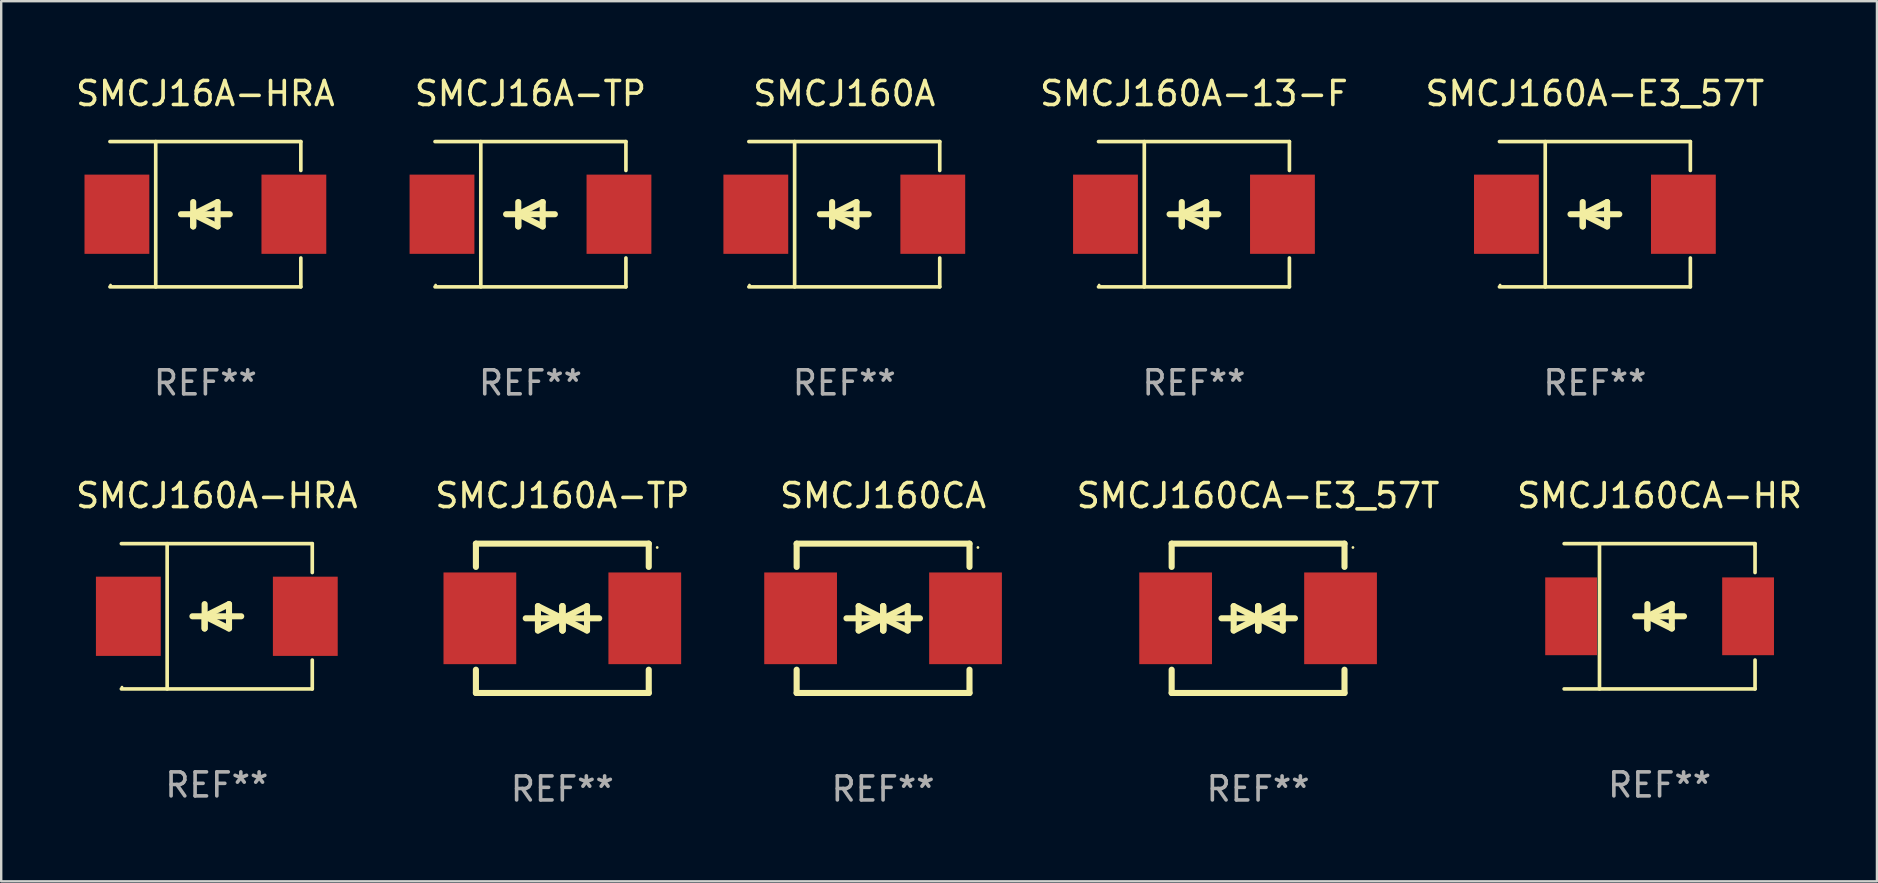
<source format=kicad_pcb>
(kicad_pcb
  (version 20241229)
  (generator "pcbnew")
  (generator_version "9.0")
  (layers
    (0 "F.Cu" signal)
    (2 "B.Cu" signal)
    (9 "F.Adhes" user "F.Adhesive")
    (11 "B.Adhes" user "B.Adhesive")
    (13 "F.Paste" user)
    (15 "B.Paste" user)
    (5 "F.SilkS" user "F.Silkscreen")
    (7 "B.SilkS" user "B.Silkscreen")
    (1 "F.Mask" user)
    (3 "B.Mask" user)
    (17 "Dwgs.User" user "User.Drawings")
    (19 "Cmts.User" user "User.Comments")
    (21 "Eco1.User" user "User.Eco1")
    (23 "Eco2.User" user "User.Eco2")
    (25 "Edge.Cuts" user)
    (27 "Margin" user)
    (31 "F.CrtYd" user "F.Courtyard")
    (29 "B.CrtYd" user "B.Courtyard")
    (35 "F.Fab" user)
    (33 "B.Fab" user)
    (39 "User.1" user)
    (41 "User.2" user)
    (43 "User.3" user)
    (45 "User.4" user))
  (footprint "SMCJ160A-13-F"
    (layer "F.Cu")
    (at 46.687 5.874)
    (property "Reference" "SMCJ160A-13-F" (at 0 -5.026 0) (layer "F.SilkS") (effects (font (size 1 1) (thickness 0.15))))
    (attr through_hole)
    (fp_line (start -3.976 -3.026) (end 3.976 -3.026) (stroke (width 0.152) (type solid)) (layer "F.SilkS"))
    (fp_line (start -3.976 3.026) (end 3.976 3.026) (stroke (width 0.152) (type solid)) (layer "F.SilkS"))
    (fp_line (start -2.069 -3.026) (end -2.069 3.026) (stroke (width 0.152) (type solid)) (layer "F.SilkS"))
    (fp_line (start -0.508 0) (end -0.508 0.508) (stroke (width 0.254) (type solid)) (layer "F.SilkS"))
    (fp_line (start -0.508 0) (end 0.508 0.508) (stroke (width 0.254) (type solid)) (layer "F.SilkS"))
    (fp_line (start -0.508 0.508) (end -0.508 -0.508) (stroke (width 0.254) (type solid)) (layer "F.SilkS"))
    (fp_line (start 0.508 -0.508) (end -0.508 0) (stroke (width 0.254) (type solid)) (layer "F.SilkS"))
    (fp_line (start 0.508 0.508) (end 0.508 -0.508) (stroke (width 0.254) (type solid)) (layer "F.SilkS"))
    (fp_line (start 1.016 0) (end -1.016 0) (stroke (width 0.254) (type solid)) (layer "F.SilkS"))
    (fp_line (start 3.976 -3.026) (end 3.976 -1.823) (stroke (width 0.152) (type solid)) (layer "F.SilkS"))
    (fp_line (start 3.976 3.026) (end 3.976 1.823) (stroke (width 0.152) (type solid)) (layer "F.SilkS"))
    (fp_circle (center -3.95 2.95) (end -3.92 2.95) (stroke (width 0.06) (type solid)) (fill no) (layer "F.SilkS"))
    (fp_text user "REF**" (at 0 7.026 0) (layer "F.Fab") (effects (font (size 1 1) (thickness 0.15))))
    (pad "1" smd rect (at -3.686 0) (size 2.7 3.3) (layers "F.Cu" "F.Mask" "F.Paste"))
    (pad "2" smd rect (at 3.686 0) (size 2.7 3.3) (layers "F.Cu" "F.Mask" "F.Paste")))
  (footprint "SMCJ160CA-HR"
    (layer "F.Cu")
    (at 66.084 22.623)
    (property "Reference" "SMCJ160CA-HR" (at 0 -5.026 0) (layer "F.SilkS") (effects (font (size 1 1) (thickness 0.15))))
    (attr through_hole)
    (fp_line (start -3.976 -3.026) (end 3.976 -3.026) (stroke (width 0.152) (type solid)) (layer "F.SilkS"))
    (fp_line (start -3.976 3.026) (end 3.976 3.026) (stroke (width 0.152) (type solid)) (layer "F.SilkS"))
    (fp_line (start -2.504 -3.026) (end -2.504 3.026) (stroke (width 0.152) (type solid)) (layer "F.SilkS"))
    (fp_line (start -0.508 0) (end -0.508 0.508) (stroke (width 0.254) (type solid)) (layer "F.SilkS"))
    (fp_line (start -0.508 0) (end 0.508 0.508) (stroke (width 0.254) (type solid)) (layer "F.SilkS"))
    (fp_line (start -0.508 0.508) (end -0.508 -0.508) (stroke (width 0.254) (type solid)) (layer "F.SilkS"))
    (fp_line (start 0.508 -0.508) (end -0.508 0) (stroke (width 0.254) (type solid)) (layer "F.SilkS"))
    (fp_line (start 0.508 0.508) (end 0.508 -0.508) (stroke (width 0.254) (type solid)) (layer "F.SilkS"))
    (fp_line (start 1.016 0) (end -1.016 0) (stroke (width 0.254) (type solid)) (layer "F.SilkS"))
    (fp_line (start 3.976 -3.026) (end 3.976 -1.823) (stroke (width 0.152) (type solid)) (layer "F.SilkS"))
    (fp_line (start 3.976 3.026) (end 3.976 1.823) (stroke (width 0.152) (type solid)) (layer "F.SilkS"))
    (fp_circle (center 3.95 -2.95) (end 3.98 -2.95) (stroke (width 0.06) (type solid)) (fill no) (layer "F.SilkS"))
    (fp_text user "REF**" (at 0 7.026 0) (layer "F.Fab") (effects (font (size 1 1) (thickness 0.15))))
    (pad "1" smd rect (at 3.686 0 180) (size 2.158 3.24) (layers "F.Cu" "F.Mask" "F.Paste"))
    (pad "2" smd rect (at -3.686 0 180) (size 2.158 3.24) (layers "F.Cu" "F.Mask" "F.Paste")))
  (footprint "SMCJ160A-HRA"
    (layer "F.Cu")
    (at 5.982 22.623)
    (property "Reference" "SMCJ160A-HRA" (at 0 -5.026 0) (layer "F.SilkS") (effects (font (size 1 1) (thickness 0.15))))
    (attr through_hole)
    (fp_line (start -3.976 -3.026) (end 3.976 -3.026) (stroke (width 0.152) (type solid)) (layer "F.SilkS"))
    (fp_line (start -3.976 3.026) (end 3.976 3.026) (stroke (width 0.152) (type solid)) (layer "F.SilkS"))
    (fp_line (start -2.069 -3.026) (end -2.069 3.026) (stroke (width 0.152) (type solid)) (layer "F.SilkS"))
    (fp_line (start -0.508 0) (end -0.508 0.508) (stroke (width 0.254) (type solid)) (layer "F.SilkS"))
    (fp_line (start -0.508 0) (end 0.508 0.508) (stroke (width 0.254) (type solid)) (layer "F.SilkS"))
    (fp_line (start -0.508 0.508) (end -0.508 -0.508) (stroke (width 0.254) (type solid)) (layer "F.SilkS"))
    (fp_line (start 0.508 -0.508) (end -0.508 0) (stroke (width 0.254) (type solid)) (layer "F.SilkS"))
    (fp_line (start 0.508 0.508) (end 0.508 -0.508) (stroke (width 0.254) (type solid)) (layer "F.SilkS"))
    (fp_line (start 1.016 0) (end -1.016 0) (stroke (width 0.254) (type solid)) (layer "F.SilkS"))
    (fp_line (start 3.976 -3.026) (end 3.976 -1.823) (stroke (width 0.152) (type solid)) (layer "F.SilkS"))
    (fp_line (start 3.976 3.026) (end 3.976 1.823) (stroke (width 0.152) (type solid)) (layer "F.SilkS"))
    (fp_circle (center -3.95 2.95) (end -3.92 2.95) (stroke (width 0.06) (type solid)) (fill no) (layer "F.SilkS"))
    (fp_text user "REF**" (at 0 7.026 0) (layer "F.Fab") (effects (font (size 1 1) (thickness 0.15))))
    (pad "1" smd rect (at -3.686 0) (size 2.7 3.3) (layers "F.Cu" "F.Mask" "F.Paste"))
    (pad "2" smd rect (at 3.686 0) (size 2.7 3.3) (layers "F.Cu" "F.Mask" "F.Paste")))
  (footprint "SMCJ16A-TP"
    (layer "F.Cu")
    (at 19.048 5.874)
    (property "Reference" "SMCJ16A-TP" (at 0 -5.026 0) (layer "F.SilkS") (effects (font (size 1 1) (thickness 0.15))))
    (attr through_hole)
    (fp_line (start -3.976 -3.026) (end 3.976 -3.026) (stroke (width 0.152) (type solid)) (layer "F.SilkS"))
    (fp_line (start -3.976 3.026) (end 3.976 3.026) (stroke (width 0.152) (type solid)) (layer "F.SilkS"))
    (fp_line (start -2.069 -3.026) (end -2.069 3.026) (stroke (width 0.152) (type solid)) (layer "F.SilkS"))
    (fp_line (start -0.508 0) (end -0.508 0.508) (stroke (width 0.254) (type solid)) (layer "F.SilkS"))
    (fp_line (start -0.508 0) (end 0.508 0.508) (stroke (width 0.254) (type solid)) (layer "F.SilkS"))
    (fp_line (start -0.508 0.508) (end -0.508 -0.508) (stroke (width 0.254) (type solid)) (layer "F.SilkS"))
    (fp_line (start 0.508 -0.508) (end -0.508 0) (stroke (width 0.254) (type solid)) (layer "F.SilkS"))
    (fp_line (start 0.508 0.508) (end 0.508 -0.508) (stroke (width 0.254) (type solid)) (layer "F.SilkS"))
    (fp_line (start 1.016 0) (end -1.016 0) (stroke (width 0.254) (type solid)) (layer "F.SilkS"))
    (fp_line (start 3.976 -3.026) (end 3.976 -1.823) (stroke (width 0.152) (type solid)) (layer "F.SilkS"))
    (fp_line (start 3.976 3.026) (end 3.976 1.823) (stroke (width 0.152) (type solid)) (layer "F.SilkS"))
    (fp_circle (center -3.95 2.95) (end -3.92 2.95) (stroke (width 0.06) (type solid)) (fill no) (layer "F.SilkS"))
    (fp_text user "REF**" (at 0 7.026 0) (layer "F.Fab") (effects (font (size 1 1) (thickness 0.15))))
    (pad "1" smd rect (at -3.686 0) (size 2.7 3.3) (layers "F.Cu" "F.Mask" "F.Paste"))
    (pad "2" smd rect (at 3.686 0) (size 2.7 3.3) (layers "F.Cu" "F.Mask" "F.Paste")))
  (footprint "SMCJ160A-TP"
    (layer "F.Cu")
    (at 20.375 22.707)
    (property "Reference" "SMCJ160A-TP" (at 0 -5.11 0) (layer "F.SilkS") (effects (font (size 1 1) (thickness 0.15))))
    (attr through_hole)
    (fp_line (start -3.6 -2.141) (end -3.6 -3.11) (stroke (width 0.254) (type solid)) (layer "F.SilkS"))
    (fp_line (start -3.6 3.11) (end -3.6 2.141) (stroke (width 0.254) (type solid)) (layer "F.SilkS"))
    (fp_line (start -1.524 0) (end 0.508 0) (stroke (width 0.254) (type solid)) (layer "F.SilkS"))
    (fp_line (start -1.016 -0.508) (end -1.016 0.508) (stroke (width 0.254) (type solid)) (layer "F.SilkS"))
    (fp_line (start -1.016 0.508) (end 0 0) (stroke (width 0.254) (type solid)) (layer "F.SilkS"))
    (fp_line (start 0 -0.508) (end 0 0.508) (stroke (width 0.254) (type solid)) (layer "F.SilkS"))
    (fp_line (start 0 0) (end -1.016 -0.508) (stroke (width 0.254) (type solid)) (layer "F.SilkS"))
    (fp_line (start 0 0) (end 0 -0.508) (stroke (width 0.254) (type solid)) (layer "F.SilkS"))
    (fp_line (start 0.012 0) (end 0.012 0.508) (stroke (width 0.254) (type solid)) (layer "F.SilkS"))
    (fp_line (start 0.012 0) (end 1.028 0.508) (stroke (width 0.254) (type solid)) (layer "F.SilkS"))
    (fp_line (start 0.012 0.508) (end 0.012 -0.508) (stroke (width 0.254) (type solid)) (layer "F.SilkS"))
    (fp_line (start 1.028 -0.508) (end 0.012 0) (stroke (width 0.254) (type solid)) (layer "F.SilkS"))
    (fp_line (start 1.028 0.508) (end 1.028 -0.508) (stroke (width 0.254) (type solid)) (layer "F.SilkS"))
    (fp_line (start 1.536 0) (end -0.496 0) (stroke (width 0.254) (type solid)) (layer "F.SilkS"))
    (fp_line (start 3.6 -3.11) (end -3.6 -3.11) (stroke (width 0.254) (type solid)) (layer "F.SilkS"))
    (fp_line (start 3.6 -2.141) (end 3.6 -3.11) (stroke (width 0.254) (type solid)) (layer "F.SilkS"))
    (fp_line (start 3.6 3.11) (end -3.6 3.11) (stroke (width 0.254) (type solid)) (layer "F.SilkS"))
    (fp_line (start 3.6 3.11) (end 3.6 2.141) (stroke (width 0.254) (type solid)) (layer "F.SilkS"))
    (fp_circle (center 3.952 -2.95) (end 3.982 -2.95) (stroke (width 0.06) (type solid)) (fill no) (layer "F.SilkS"))
    (fp_text user "REF**" (at 0 7.11 0) (layer "F.Fab") (effects (font (size 1 1) (thickness 0.15))))
    (pad "1" smd rect (at 3.435 0) (size 3.03 3.82) (layers "F.Cu" "F.Mask" "F.Paste"))
    (pad "2" smd rect (at -3.435 0) (size 3.03 3.82) (layers "F.Cu" "F.Mask" "F.Paste")))
  (footprint "SMCJ160CA-E3_57T"
    (layer "F.Cu")
    (at 49.358 22.707)
    (property "Reference" "SMCJ160CA-E3_57T" (at 0 -5.11 0) (layer "F.SilkS") (effects (font (size 1 1) (thickness 0.15))))
    (attr through_hole)
    (fp_line (start -3.6 -2.141) (end -3.6 -3.11) (stroke (width 0.254) (type solid)) (layer "F.SilkS"))
    (fp_line (start -3.6 3.11) (end -3.6 2.141) (stroke (width 0.254) (type solid)) (layer "F.SilkS"))
    (fp_line (start -1.524 0) (end 0.508 0) (stroke (width 0.254) (type solid)) (layer "F.SilkS"))
    (fp_line (start -1.016 -0.508) (end -1.016 0.508) (stroke (width 0.254) (type solid)) (layer "F.SilkS"))
    (fp_line (start -1.016 0.508) (end 0 0) (stroke (width 0.254) (type solid)) (layer "F.SilkS"))
    (fp_line (start 0 -0.508) (end 0 0.508) (stroke (width 0.254) (type solid)) (layer "F.SilkS"))
    (fp_line (start 0 0) (end -1.016 -0.508) (stroke (width 0.254) (type solid)) (layer "F.SilkS"))
    (fp_line (start 0 0) (end 0 -0.508) (stroke (width 0.254) (type solid)) (layer "F.SilkS"))
    (fp_line (start 0.012 0) (end 0.012 0.508) (stroke (width 0.254) (type solid)) (layer "F.SilkS"))
    (fp_line (start 0.012 0) (end 1.028 0.508) (stroke (width 0.254) (type solid)) (layer "F.SilkS"))
    (fp_line (start 0.012 0.508) (end 0.012 -0.508) (stroke (width 0.254) (type solid)) (layer "F.SilkS"))
    (fp_line (start 1.028 -0.508) (end 0.012 0) (stroke (width 0.254) (type solid)) (layer "F.SilkS"))
    (fp_line (start 1.028 0.508) (end 1.028 -0.508) (stroke (width 0.254) (type solid)) (layer "F.SilkS"))
    (fp_line (start 1.536 0) (end -0.496 0) (stroke (width 0.254) (type solid)) (layer "F.SilkS"))
    (fp_line (start 3.6 -3.11) (end -3.6 -3.11) (stroke (width 0.254) (type solid)) (layer "F.SilkS"))
    (fp_line (start 3.6 -2.141) (end 3.6 -3.11) (stroke (width 0.254) (type solid)) (layer "F.SilkS"))
    (fp_line (start 3.6 3.11) (end -3.6 3.11) (stroke (width 0.254) (type solid)) (layer "F.SilkS"))
    (fp_line (start 3.6 3.11) (end 3.6 2.141) (stroke (width 0.254) (type solid)) (layer "F.SilkS"))
    (fp_circle (center 3.952 -2.95) (end 3.982 -2.95) (stroke (width 0.06) (type solid)) (fill no) (layer "F.SilkS"))
    (fp_text user "REF**" (at 0 7.11 0) (layer "F.Fab") (effects (font (size 1 1) (thickness 0.15))))
    (pad "1" smd rect (at 3.435 0) (size 3.03 3.82) (layers "F.Cu" "F.Mask" "F.Paste"))
    (pad "2" smd rect (at -3.435 0) (size 3.03 3.82) (layers "F.Cu" "F.Mask" "F.Paste")))
  (footprint "SMCJ16A-HRA"
    (layer "F.Cu")
    (at 5.506 5.874)
    (property "Reference" "SMCJ16A-HRA" (at 0 -5.026 0) (layer "F.SilkS") (effects (font (size 1 1) (thickness 0.15))))
    (attr through_hole)
    (fp_line (start -3.976 -3.026) (end 3.976 -3.026) (stroke (width 0.152) (type solid)) (layer "F.SilkS"))
    (fp_line (start -3.976 3.026) (end 3.976 3.026) (stroke (width 0.152) (type solid)) (layer "F.SilkS"))
    (fp_line (start -2.069 -3.026) (end -2.069 3.026) (stroke (width 0.152) (type solid)) (layer "F.SilkS"))
    (fp_line (start -0.508 0) (end -0.508 0.508) (stroke (width 0.254) (type solid)) (layer "F.SilkS"))
    (fp_line (start -0.508 0) (end 0.508 0.508) (stroke (width 0.254) (type solid)) (layer "F.SilkS"))
    (fp_line (start -0.508 0.508) (end -0.508 -0.508) (stroke (width 0.254) (type solid)) (layer "F.SilkS"))
    (fp_line (start 0.508 -0.508) (end -0.508 0) (stroke (width 0.254) (type solid)) (layer "F.SilkS"))
    (fp_line (start 0.508 0.508) (end 0.508 -0.508) (stroke (width 0.254) (type solid)) (layer "F.SilkS"))
    (fp_line (start 1.016 0) (end -1.016 0) (stroke (width 0.254) (type solid)) (layer "F.SilkS"))
    (fp_line (start 3.976 -3.026) (end 3.976 -1.823) (stroke (width 0.152) (type solid)) (layer "F.SilkS"))
    (fp_line (start 3.976 3.026) (end 3.976 1.823) (stroke (width 0.152) (type solid)) (layer "F.SilkS"))
    (fp_circle (center -3.95 2.95) (end -3.92 2.95) (stroke (width 0.06) (type solid)) (fill no) (layer "F.SilkS"))
    (fp_text user "REF**" (at 0 7.026 0) (layer "F.Fab") (effects (font (size 1 1) (thickness 0.15))))
    (pad "1" smd rect (at -3.686 0) (size 2.7 3.3) (layers "F.Cu" "F.Mask" "F.Paste"))
    (pad "2" smd rect (at 3.686 0) (size 2.7 3.3) (layers "F.Cu" "F.Mask" "F.Paste")))
  (footprint "SMCJ160CA"
    (layer "F.Cu")
    (at 33.736 22.707)
    (property "Reference" "SMCJ160CA" (at 0 -5.11 0) (layer "F.SilkS") (effects (font (size 1 1) (thickness 0.15))))
    (attr through_hole)
    (fp_line (start -3.6 -2.141) (end -3.6 -3.11) (stroke (width 0.254) (type solid)) (layer "F.SilkS"))
    (fp_line (start -3.6 3.11) (end -3.6 2.141) (stroke (width 0.254) (type solid)) (layer "F.SilkS"))
    (fp_line (start -1.524 0) (end 0.508 0) (stroke (width 0.254) (type solid)) (layer "F.SilkS"))
    (fp_line (start -1.016 -0.508) (end -1.016 0.508) (stroke (width 0.254) (type solid)) (layer "F.SilkS"))
    (fp_line (start -1.016 0.508) (end 0 0) (stroke (width 0.254) (type solid)) (layer "F.SilkS"))
    (fp_line (start 0 -0.508) (end 0 0.508) (stroke (width 0.254) (type solid)) (layer "F.SilkS"))
    (fp_line (start 0 0) (end -1.016 -0.508) (stroke (width 0.254) (type solid)) (layer "F.SilkS"))
    (fp_line (start 0 0) (end 0 -0.508) (stroke (width 0.254) (type solid)) (layer "F.SilkS"))
    (fp_line (start 0.012 0) (end 0.012 0.508) (stroke (width 0.254) (type solid)) (layer "F.SilkS"))
    (fp_line (start 0.012 0) (end 1.028 0.508) (stroke (width 0.254) (type solid)) (layer "F.SilkS"))
    (fp_line (start 0.012 0.508) (end 0.012 -0.508) (stroke (width 0.254) (type solid)) (layer "F.SilkS"))
    (fp_line (start 1.028 -0.508) (end 0.012 0) (stroke (width 0.254) (type solid)) (layer "F.SilkS"))
    (fp_line (start 1.028 0.508) (end 1.028 -0.508) (stroke (width 0.254) (type solid)) (layer "F.SilkS"))
    (fp_line (start 1.536 0) (end -0.496 0) (stroke (width 0.254) (type solid)) (layer "F.SilkS"))
    (fp_line (start 3.6 -3.11) (end -3.6 -3.11) (stroke (width 0.254) (type solid)) (layer "F.SilkS"))
    (fp_line (start 3.6 -2.141) (end 3.6 -3.11) (stroke (width 0.254) (type solid)) (layer "F.SilkS"))
    (fp_line (start 3.6 3.11) (end -3.6 3.11) (stroke (width 0.254) (type solid)) (layer "F.SilkS"))
    (fp_line (start 3.6 3.11) (end 3.6 2.141) (stroke (width 0.254) (type solid)) (layer "F.SilkS"))
    (fp_circle (center 3.952 -2.95) (end 3.982 -2.95) (stroke (width 0.06) (type solid)) (fill no) (layer "F.SilkS"))
    (fp_text user "REF**" (at 0 7.11 0) (layer "F.Fab") (effects (font (size 1 1) (thickness 0.15))))
    (pad "1" smd rect (at 3.435 0) (size 3.03 3.82) (layers "F.Cu" "F.Mask" "F.Paste"))
    (pad "2" smd rect (at -3.435 0) (size 3.03 3.82) (layers "F.Cu" "F.Mask" "F.Paste")))
  (footprint "SMCJ160A"
    (layer "F.Cu")
    (at 32.121 5.874)
    (property "Reference" "SMCJ160A" (at 0 -5.026 0) (layer "F.SilkS") (effects (font (size 1 1) (thickness 0.15))))
    (attr through_hole)
    (fp_line (start -3.976 -3.026) (end 3.976 -3.026) (stroke (width 0.152) (type solid)) (layer "F.SilkS"))
    (fp_line (start -3.976 3.026) (end 3.976 3.026) (stroke (width 0.152) (type solid)) (layer "F.SilkS"))
    (fp_line (start -2.069 -3.026) (end -2.069 3.026) (stroke (width 0.152) (type solid)) (layer "F.SilkS"))
    (fp_line (start -0.508 0) (end -0.508 0.508) (stroke (width 0.254) (type solid)) (layer "F.SilkS"))
    (fp_line (start -0.508 0) (end 0.508 0.508) (stroke (width 0.254) (type solid)) (layer "F.SilkS"))
    (fp_line (start -0.508 0.508) (end -0.508 -0.508) (stroke (width 0.254) (type solid)) (layer "F.SilkS"))
    (fp_line (start 0.508 -0.508) (end -0.508 0) (stroke (width 0.254) (type solid)) (layer "F.SilkS"))
    (fp_line (start 0.508 0.508) (end 0.508 -0.508) (stroke (width 0.254) (type solid)) (layer "F.SilkS"))
    (fp_line (start 1.016 0) (end -1.016 0) (stroke (width 0.254) (type solid)) (layer "F.SilkS"))
    (fp_line (start 3.976 -3.026) (end 3.976 -1.823) (stroke (width 0.152) (type solid)) (layer "F.SilkS"))
    (fp_line (start 3.976 3.026) (end 3.976 1.823) (stroke (width 0.152) (type solid)) (layer "F.SilkS"))
    (fp_circle (center -3.95 2.95) (end -3.92 2.95) (stroke (width 0.06) (type solid)) (fill no) (layer "F.SilkS"))
    (fp_text user "REF**" (at 0 7.026 0) (layer "F.Fab") (effects (font (size 1 1) (thickness 0.15))))
    (pad "1" smd rect (at -3.686 0) (size 2.7 3.3) (layers "F.Cu" "F.Mask" "F.Paste"))
    (pad "2" smd rect (at 3.686 0) (size 2.7 3.3) (layers "F.Cu" "F.Mask" "F.Paste")))
  (footprint "SMCJ160A-E3_57T"
    (layer "F.Cu")
    (at 63.389 5.874)
    (property "Reference" "SMCJ160A-E3_57T" (at 0 -5.026 0) (layer "F.SilkS") (effects (font (size 1 1) (thickness 0.15))))
    (attr through_hole)
    (fp_line (start -3.976 -3.026) (end 3.976 -3.026) (stroke (width 0.152) (type solid)) (layer "F.SilkS"))
    (fp_line (start -3.976 3.026) (end 3.976 3.026) (stroke (width 0.152) (type solid)) (layer "F.SilkS"))
    (fp_line (start -2.069 -3.026) (end -2.069 3.026) (stroke (width 0.152) (type solid)) (layer "F.SilkS"))
    (fp_line (start -0.508 0) (end -0.508 0.508) (stroke (width 0.254) (type solid)) (layer "F.SilkS"))
    (fp_line (start -0.508 0) (end 0.508 0.508) (stroke (width 0.254) (type solid)) (layer "F.SilkS"))
    (fp_line (start -0.508 0.508) (end -0.508 -0.508) (stroke (width 0.254) (type solid)) (layer "F.SilkS"))
    (fp_line (start 0.508 -0.508) (end -0.508 0) (stroke (width 0.254) (type solid)) (layer "F.SilkS"))
    (fp_line (start 0.508 0.508) (end 0.508 -0.508) (stroke (width 0.254) (type solid)) (layer "F.SilkS"))
    (fp_line (start 1.016 0) (end -1.016 0) (stroke (width 0.254) (type solid)) (layer "F.SilkS"))
    (fp_line (start 3.976 -3.026) (end 3.976 -1.823) (stroke (width 0.152) (type solid)) (layer "F.SilkS"))
    (fp_line (start 3.976 3.026) (end 3.976 1.823) (stroke (width 0.152) (type solid)) (layer "F.SilkS"))
    (fp_circle (center -3.95 2.95) (end -3.92 2.95) (stroke (width 0.06) (type solid)) (fill no) (layer "F.SilkS"))
    (fp_text user "REF**" (at 0 7.026 0) (layer "F.Fab") (effects (font (size 1 1) (thickness 0.15))))
    (pad "1" smd rect (at -3.686 0) (size 2.7 3.3) (layers "F.Cu" "F.Mask" "F.Paste"))
    (pad "2" smd rect (at 3.686 0) (size 2.7 3.3) (layers "F.Cu" "F.Mask" "F.Paste")))
  (gr_rect
    (start -3 -3)
    (end 75.138 33.665)
    (stroke (width 0.1) (type default))
    (fill no)
    (layer "Edge.Cuts")))
</source>
